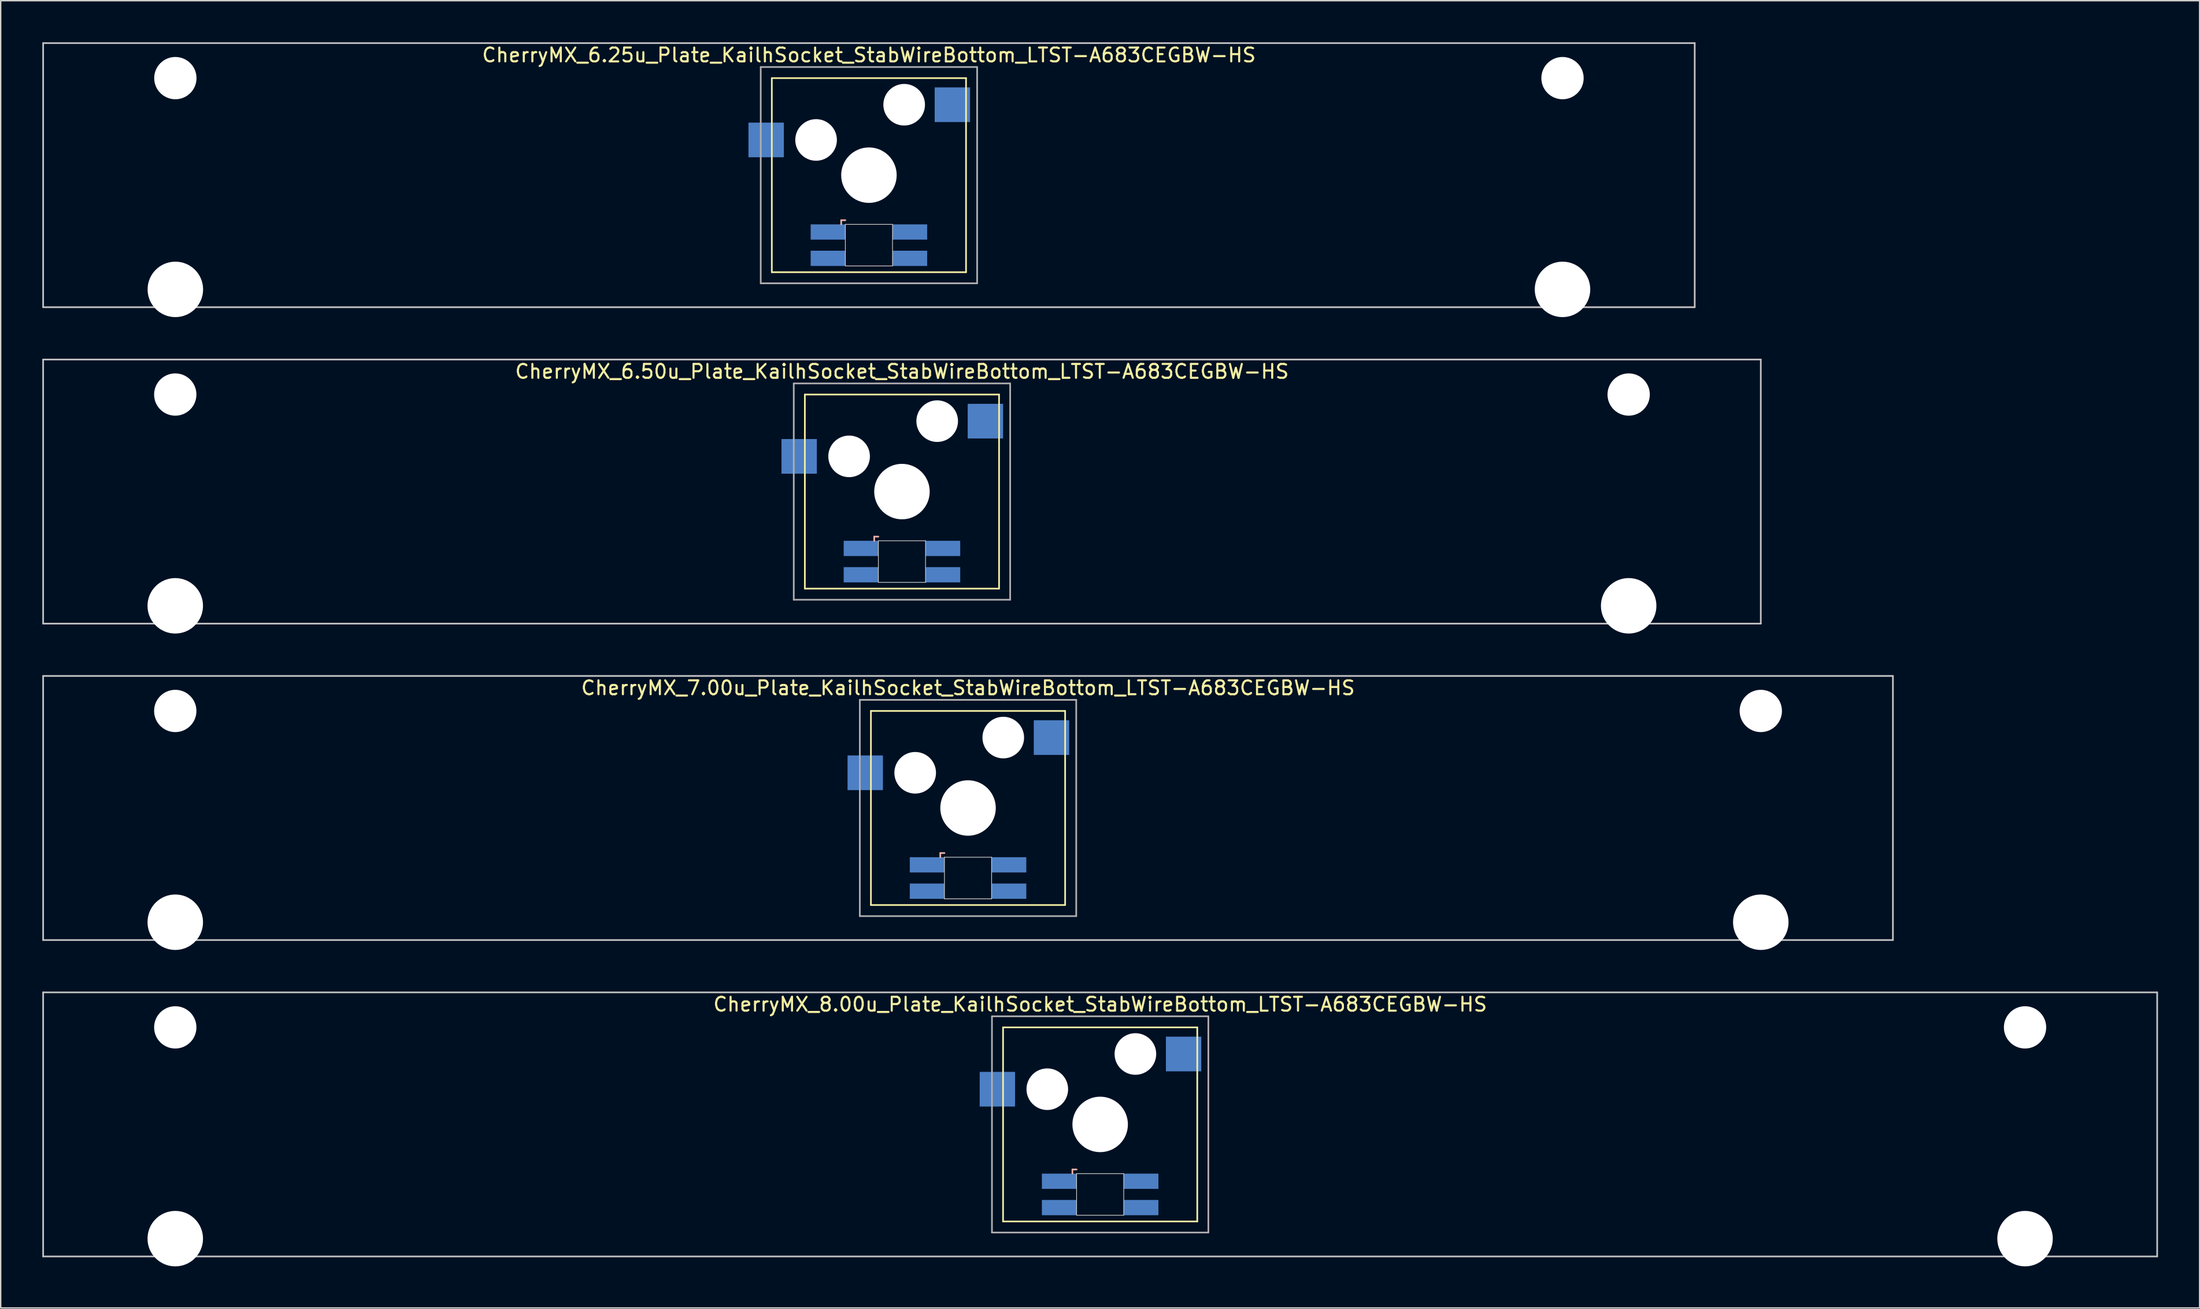
<source format=kicad_pcb>
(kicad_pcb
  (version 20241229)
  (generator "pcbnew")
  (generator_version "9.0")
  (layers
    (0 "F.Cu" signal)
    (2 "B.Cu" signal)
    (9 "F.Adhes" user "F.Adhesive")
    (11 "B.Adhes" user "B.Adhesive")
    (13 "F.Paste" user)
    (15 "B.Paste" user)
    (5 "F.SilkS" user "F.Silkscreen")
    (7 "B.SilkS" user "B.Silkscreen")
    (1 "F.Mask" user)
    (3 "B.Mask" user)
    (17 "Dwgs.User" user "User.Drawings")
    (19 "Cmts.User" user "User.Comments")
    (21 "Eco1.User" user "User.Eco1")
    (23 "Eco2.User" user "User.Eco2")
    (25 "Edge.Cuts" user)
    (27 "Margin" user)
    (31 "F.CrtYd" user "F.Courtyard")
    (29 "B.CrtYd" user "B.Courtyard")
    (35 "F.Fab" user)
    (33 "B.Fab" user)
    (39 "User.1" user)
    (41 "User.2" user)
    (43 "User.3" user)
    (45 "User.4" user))
  (footprint "CherryMX_8.00u_Plate_KailhSocket_StabWireBottom_LTST-A683CEGBW-HS"
    (layer "F.Cu")
    (at 76.26 78.06)
    (property "Reference" "CherryMX_8.00u_Plate_KailhSocket_StabWireBottom_LTST-A683CEGBW-HS" (at 0 -8.662 0) (layer "F.SilkS") (effects (font (size 1 1) (thickness 0.15))))
    (attr through_hole)
    (fp_line (start -7 -7) (end -7 7) (stroke (width 0.12) (type solid)) (layer "F.SilkS"))
    (fp_line (start -7 -7) (end 7 -7) (stroke (width 0.12) (type solid)) (layer "F.SilkS"))
    (fp_line (start 7 -7) (end 7 7) (stroke (width 0.12) (type solid)) (layer "F.SilkS"))
    (fp_line (start 7 7) (end -7 7) (stroke (width 0.12) (type solid)) (layer "F.SilkS"))
    (fp_line (start -2 3.25) (end -2 3.55) (stroke (width 0.12) (type solid)) (layer "B.SilkS"))
    (fp_line (start -1.7 3.25) (end -2 3.25) (stroke (width 0.12) (type solid)) (layer "B.SilkS"))
    (fp_line (start -76.2 -9.525) (end 76.2 -9.525) (stroke (width 0.12) (type solid)) (layer "Dwgs.User"))
    (fp_line (start -76.2 9.525) (end -76.2 -9.525) (stroke (width 0.12) (type solid)) (layer "Dwgs.User"))
    (fp_line (start 76.2 -9.525) (end 76.2 9.525) (stroke (width 0.12) (type solid)) (layer "Dwgs.User"))
    (fp_line (start 76.2 9.525) (end -76.2 9.525) (stroke (width 0.12) (type solid)) (layer "Dwgs.User"))
    (fp_line (start -1.7 3.55) (end 1.7 3.55) (stroke (width 0.05) (type solid)) (layer "Edge.Cuts"))
    (fp_line (start -1.7 6.55) (end -1.7 3.55) (stroke (width 0.05) (type solid)) (layer "Edge.Cuts"))
    (fp_line (start 1.7 3.55) (end 1.7 6.55) (stroke (width 0.05) (type solid)) (layer "Edge.Cuts"))
    (fp_line (start 1.7 6.55) (end -1.7 6.55) (stroke (width 0.05) (type solid)) (layer "Edge.Cuts"))
    (fp_line (start -7.8 -7.8) (end -7.8 7.8) (stroke (width 0.12) (type solid)) (layer "F.Fab"))
    (fp_line (start -7.8 -7.8) (end 7.8 -7.8) (stroke (width 0.12) (type solid)) (layer "F.Fab"))
    (fp_line (start -7.8 7.8) (end 7.8 7.8) (stroke (width 0.12) (type solid)) (layer "F.Fab"))
    (fp_line (start 7.8 -7.8) (end 7.8 7.8) (stroke (width 0.12) (type solid)) (layer "F.Fab"))
    (pad "" np_thru_hole circle (at -66.675 -7) (size 3.05 3.05) (drill 3.05) (layers "*.Cu" "*.Mask"))
    (pad "" np_thru_hole circle (at -66.675 8.24) (size 4 4) (drill 4) (layers "*.Cu" "*.Mask"))
    (pad "" np_thru_hole circle (at -3.81 -2.54) (size 3 3) (drill 3) (layers "*.Cu" "*.Mask"))
    (pad "" np_thru_hole circle (at 0 0) (size 4 4) (drill 4) (layers "*.Cu" "*.Mask"))
    (pad "" np_thru_hole circle (at 2.54 -5.08) (size 3 3) (drill 3) (layers "*.Cu" "*.Mask"))
    (pad "" np_thru_hole circle (at 66.675 -7) (size 3.05 3.05) (drill 3.05) (layers "*.Cu" "*.Mask"))
    (pad "" np_thru_hole circle (at 66.675 8.24) (size 4 4) (drill 4) (layers "*.Cu" "*.Mask"))
    (pad "1" smd rect (at -7.41 -2.54) (size 2.55 2.5) (layers "B.Cu" "B.Mask" "B.Paste"))
    (pad "2" smd rect (at 6.015 -5.08) (size 2.55 2.5) (layers "B.Cu" "B.Mask" "B.Paste"))
    (pad "3" smd rect (at -2.95 4.1) (size 2.5 1.1) (layers "B.Cu" "B.Mask" "B.Paste"))
    (pad "4" smd rect (at -2.95 6) (size 2.5 1.1) (layers "B.Cu" "B.Mask" "B.Paste"))
    (pad "5" smd rect (at 2.95 4.1) (size 2.5 1.1) (layers "B.Cu" "B.Mask" "B.Paste"))
    (pad "6" smd rect (at 2.95 6) (size 2.5 1.1) (layers "B.Cu" "B.Mask" "B.Paste")))
  (footprint "CherryMX_6.25u_Plate_KailhSocket_StabWireBottom_LTST-A683CEGBW-HS"
    (layer "F.Cu")
    (at 59.591 9.585)
    (property "Reference" "CherryMX_6.25u_Plate_KailhSocket_StabWireBottom_LTST-A683CEGBW-HS" (at 0 -8.662 0) (layer "F.SilkS") (effects (font (size 1 1) (thickness 0.15))))
    (attr through_hole)
    (fp_line (start -7 -7) (end -7 7) (stroke (width 0.12) (type solid)) (layer "F.SilkS"))
    (fp_line (start -7 -7) (end 7 -7) (stroke (width 0.12) (type solid)) (layer "F.SilkS"))
    (fp_line (start 7 -7) (end 7 7) (stroke (width 0.12) (type solid)) (layer "F.SilkS"))
    (fp_line (start 7 7) (end -7 7) (stroke (width 0.12) (type solid)) (layer "F.SilkS"))
    (fp_line (start -2 3.25) (end -2 3.55) (stroke (width 0.12) (type solid)) (layer "B.SilkS"))
    (fp_line (start -1.7 3.25) (end -2 3.25) (stroke (width 0.12) (type solid)) (layer "B.SilkS"))
    (fp_line (start -59.531 -9.525) (end 59.531 -9.525) (stroke (width 0.12) (type solid)) (layer "Dwgs.User"))
    (fp_line (start -59.531 9.525) (end -59.531 -9.525) (stroke (width 0.12) (type solid)) (layer "Dwgs.User"))
    (fp_line (start 59.531 -9.525) (end 59.531 9.525) (stroke (width 0.12) (type solid)) (layer "Dwgs.User"))
    (fp_line (start 59.531 9.525) (end -59.531 9.525) (stroke (width 0.12) (type solid)) (layer "Dwgs.User"))
    (fp_line (start -1.7 3.55) (end 1.7 3.55) (stroke (width 0.05) (type solid)) (layer "Edge.Cuts"))
    (fp_line (start -1.7 6.55) (end -1.7 3.55) (stroke (width 0.05) (type solid)) (layer "Edge.Cuts"))
    (fp_line (start 1.7 3.55) (end 1.7 6.55) (stroke (width 0.05) (type solid)) (layer "Edge.Cuts"))
    (fp_line (start 1.7 6.55) (end -1.7 6.55) (stroke (width 0.05) (type solid)) (layer "Edge.Cuts"))
    (fp_line (start -7.8 -7.8) (end -7.8 7.8) (stroke (width 0.12) (type solid)) (layer "F.Fab"))
    (fp_line (start -7.8 -7.8) (end 7.8 -7.8) (stroke (width 0.12) (type solid)) (layer "F.Fab"))
    (fp_line (start -7.8 7.8) (end 7.8 7.8) (stroke (width 0.12) (type solid)) (layer "F.Fab"))
    (fp_line (start 7.8 -7.8) (end 7.8 7.8) (stroke (width 0.12) (type solid)) (layer "F.Fab"))
    (pad "" np_thru_hole circle (at -50 -7) (size 3.05 3.05) (drill 3.05) (layers "*.Cu" "*.Mask"))
    (pad "" np_thru_hole circle (at -50 8.24) (size 4 4) (drill 4) (layers "*.Cu" "*.Mask"))
    (pad "" np_thru_hole circle (at -3.81 -2.54) (size 3 3) (drill 3) (layers "*.Cu" "*.Mask"))
    (pad "" np_thru_hole circle (at 0 0) (size 4 4) (drill 4) (layers "*.Cu" "*.Mask"))
    (pad "" np_thru_hole circle (at 2.54 -5.08) (size 3 3) (drill 3) (layers "*.Cu" "*.Mask"))
    (pad "" np_thru_hole circle (at 50 -7) (size 3.05 3.05) (drill 3.05) (layers "*.Cu" "*.Mask"))
    (pad "" np_thru_hole circle (at 50 8.24) (size 4 4) (drill 4) (layers "*.Cu" "*.Mask"))
    (pad "1" smd rect (at -7.41 -2.54) (size 2.55 2.5) (layers "B.Cu" "B.Mask" "B.Paste"))
    (pad "2" smd rect (at 6.015 -5.08) (size 2.55 2.5) (layers "B.Cu" "B.Mask" "B.Paste"))
    (pad "3" smd rect (at -2.95 4.1) (size 2.5 1.1) (layers "B.Cu" "B.Mask" "B.Paste"))
    (pad "4" smd rect (at -2.95 6) (size 2.5 1.1) (layers "B.Cu" "B.Mask" "B.Paste"))
    (pad "5" smd rect (at 2.95 4.1) (size 2.5 1.1) (layers "B.Cu" "B.Mask" "B.Paste"))
    (pad "6" smd rect (at 2.95 6) (size 2.5 1.1) (layers "B.Cu" "B.Mask" "B.Paste")))
  (footprint "CherryMX_7.00u_Plate_KailhSocket_StabWireBottom_LTST-A683CEGBW-HS"
    (layer "F.Cu")
    (at 66.735 55.235)
    (property "Reference" "CherryMX_7.00u_Plate_KailhSocket_StabWireBottom_LTST-A683CEGBW-HS" (at 0 -8.662 0) (layer "F.SilkS") (effects (font (size 1 1) (thickness 0.15))))
    (attr through_hole)
    (fp_line (start -7 -7) (end -7 7) (stroke (width 0.12) (type solid)) (layer "F.SilkS"))
    (fp_line (start -7 -7) (end 7 -7) (stroke (width 0.12) (type solid)) (layer "F.SilkS"))
    (fp_line (start 7 -7) (end 7 7) (stroke (width 0.12) (type solid)) (layer "F.SilkS"))
    (fp_line (start 7 7) (end -7 7) (stroke (width 0.12) (type solid)) (layer "F.SilkS"))
    (fp_line (start -2 3.25) (end -2 3.55) (stroke (width 0.12) (type solid)) (layer "B.SilkS"))
    (fp_line (start -1.7 3.25) (end -2 3.25) (stroke (width 0.12) (type solid)) (layer "B.SilkS"))
    (fp_line (start -66.675 -9.525) (end 66.675 -9.525) (stroke (width 0.12) (type solid)) (layer "Dwgs.User"))
    (fp_line (start -66.675 9.525) (end -66.675 -9.525) (stroke (width 0.12) (type solid)) (layer "Dwgs.User"))
    (fp_line (start 66.675 -9.525) (end 66.675 9.525) (stroke (width 0.12) (type solid)) (layer "Dwgs.User"))
    (fp_line (start 66.675 9.525) (end -66.675 9.525) (stroke (width 0.12) (type solid)) (layer "Dwgs.User"))
    (fp_line (start -1.7 3.55) (end 1.7 3.55) (stroke (width 0.05) (type solid)) (layer "Edge.Cuts"))
    (fp_line (start -1.7 6.55) (end -1.7 3.55) (stroke (width 0.05) (type solid)) (layer "Edge.Cuts"))
    (fp_line (start 1.7 3.55) (end 1.7 6.55) (stroke (width 0.05) (type solid)) (layer "Edge.Cuts"))
    (fp_line (start 1.7 6.55) (end -1.7 6.55) (stroke (width 0.05) (type solid)) (layer "Edge.Cuts"))
    (fp_line (start -7.8 -7.8) (end -7.8 7.8) (stroke (width 0.12) (type solid)) (layer "F.Fab"))
    (fp_line (start -7.8 -7.8) (end 7.8 -7.8) (stroke (width 0.12) (type solid)) (layer "F.Fab"))
    (fp_line (start -7.8 7.8) (end 7.8 7.8) (stroke (width 0.12) (type solid)) (layer "F.Fab"))
    (fp_line (start 7.8 -7.8) (end 7.8 7.8) (stroke (width 0.12) (type solid)) (layer "F.Fab"))
    (pad "" np_thru_hole circle (at -57.15 -7) (size 3.05 3.05) (drill 3.05) (layers "*.Cu" "*.Mask"))
    (pad "" np_thru_hole circle (at -57.15 8.24) (size 4 4) (drill 4) (layers "*.Cu" "*.Mask"))
    (pad "" np_thru_hole circle (at -3.81 -2.54) (size 3 3) (drill 3) (layers "*.Cu" "*.Mask"))
    (pad "" np_thru_hole circle (at 0 0) (size 4 4) (drill 4) (layers "*.Cu" "*.Mask"))
    (pad "" np_thru_hole circle (at 2.54 -5.08) (size 3 3) (drill 3) (layers "*.Cu" "*.Mask"))
    (pad "" np_thru_hole circle (at 57.15 -7) (size 3.05 3.05) (drill 3.05) (layers "*.Cu" "*.Mask"))
    (pad "" np_thru_hole circle (at 57.15 8.24) (size 4 4) (drill 4) (layers "*.Cu" "*.Mask"))
    (pad "1" smd rect (at -7.41 -2.54) (size 2.55 2.5) (layers "B.Cu" "B.Mask" "B.Paste"))
    (pad "2" smd rect (at 6.015 -5.08) (size 2.55 2.5) (layers "B.Cu" "B.Mask" "B.Paste"))
    (pad "3" smd rect (at -2.95 4.1) (size 2.5 1.1) (layers "B.Cu" "B.Mask" "B.Paste"))
    (pad "4" smd rect (at -2.95 6) (size 2.5 1.1) (layers "B.Cu" "B.Mask" "B.Paste"))
    (pad "5" smd rect (at 2.95 4.1) (size 2.5 1.1) (layers "B.Cu" "B.Mask" "B.Paste"))
    (pad "6" smd rect (at 2.95 6) (size 2.5 1.1) (layers "B.Cu" "B.Mask" "B.Paste")))
  (footprint "CherryMX_6.50u_Plate_KailhSocket_StabWireBottom_LTST-A683CEGBW-HS"
    (layer "F.Cu")
    (at 61.972 32.41)
    (property "Reference" "CherryMX_6.50u_Plate_KailhSocket_StabWireBottom_LTST-A683CEGBW-HS" (at 0 -8.662 0) (layer "F.SilkS") (effects (font (size 1 1) (thickness 0.15))))
    (attr through_hole)
    (fp_line (start -7 -7) (end -7 7) (stroke (width 0.12) (type solid)) (layer "F.SilkS"))
    (fp_line (start -7 -7) (end 7 -7) (stroke (width 0.12) (type solid)) (layer "F.SilkS"))
    (fp_line (start 7 -7) (end 7 7) (stroke (width 0.12) (type solid)) (layer "F.SilkS"))
    (fp_line (start 7 7) (end -7 7) (stroke (width 0.12) (type solid)) (layer "F.SilkS"))
    (fp_line (start -2 3.25) (end -2 3.55) (stroke (width 0.12) (type solid)) (layer "B.SilkS"))
    (fp_line (start -1.7 3.25) (end -2 3.25) (stroke (width 0.12) (type solid)) (layer "B.SilkS"))
    (fp_line (start -61.913 -9.525) (end 61.913 -9.525) (stroke (width 0.12) (type solid)) (layer "Dwgs.User"))
    (fp_line (start -61.913 9.525) (end -61.913 -9.525) (stroke (width 0.12) (type solid)) (layer "Dwgs.User"))
    (fp_line (start 61.913 -9.525) (end 61.913 9.525) (stroke (width 0.12) (type solid)) (layer "Dwgs.User"))
    (fp_line (start 61.913 9.525) (end -61.913 9.525) (stroke (width 0.12) (type solid)) (layer "Dwgs.User"))
    (fp_line (start -1.7 3.55) (end 1.7 3.55) (stroke (width 0.05) (type solid)) (layer "Edge.Cuts"))
    (fp_line (start -1.7 6.55) (end -1.7 3.55) (stroke (width 0.05) (type solid)) (layer "Edge.Cuts"))
    (fp_line (start 1.7 3.55) (end 1.7 6.55) (stroke (width 0.05) (type solid)) (layer "Edge.Cuts"))
    (fp_line (start 1.7 6.55) (end -1.7 6.55) (stroke (width 0.05) (type solid)) (layer "Edge.Cuts"))
    (fp_line (start -7.8 -7.8) (end -7.8 7.8) (stroke (width 0.12) (type solid)) (layer "F.Fab"))
    (fp_line (start -7.8 -7.8) (end 7.8 -7.8) (stroke (width 0.12) (type solid)) (layer "F.Fab"))
    (fp_line (start -7.8 7.8) (end 7.8 7.8) (stroke (width 0.12) (type solid)) (layer "F.Fab"))
    (fp_line (start 7.8 -7.8) (end 7.8 7.8) (stroke (width 0.12) (type solid)) (layer "F.Fab"))
    (pad "" np_thru_hole circle (at -52.388 -7) (size 3.05 3.05) (drill 3.05) (layers "*.Cu" "*.Mask"))
    (pad "" np_thru_hole circle (at -52.388 8.24) (size 4 4) (drill 4) (layers "*.Cu" "*.Mask"))
    (pad "" np_thru_hole circle (at -3.81 -2.54) (size 3 3) (drill 3) (layers "*.Cu" "*.Mask"))
    (pad "" np_thru_hole circle (at 0 0) (size 4 4) (drill 4) (layers "*.Cu" "*.Mask"))
    (pad "" np_thru_hole circle (at 2.54 -5.08) (size 3 3) (drill 3) (layers "*.Cu" "*.Mask"))
    (pad "" np_thru_hole circle (at 52.388 -7) (size 3.05 3.05) (drill 3.05) (layers "*.Cu" "*.Mask"))
    (pad "" np_thru_hole circle (at 52.388 8.24) (size 4 4) (drill 4) (layers "*.Cu" "*.Mask"))
    (pad "1" smd rect (at -7.41 -2.54) (size 2.55 2.5) (layers "B.Cu" "B.Mask" "B.Paste"))
    (pad "2" smd rect (at 6.015 -5.08) (size 2.55 2.5) (layers "B.Cu" "B.Mask" "B.Paste"))
    (pad "3" smd rect (at -2.95 4.1) (size 2.5 1.1) (layers "B.Cu" "B.Mask" "B.Paste"))
    (pad "4" smd rect (at -2.95 6) (size 2.5 1.1) (layers "B.Cu" "B.Mask" "B.Paste"))
    (pad "5" smd rect (at 2.95 4.1) (size 2.5 1.1) (layers "B.Cu" "B.Mask" "B.Paste"))
    (pad "6" smd rect (at 2.95 6) (size 2.5 1.1) (layers "B.Cu" "B.Mask" "B.Paste")))
  (gr_rect
    (start -3 -3)
    (end 155.52 91.3)
    (stroke (width 0.1) (type default))
    (fill no)
    (layer "Edge.Cuts")))
</source>
